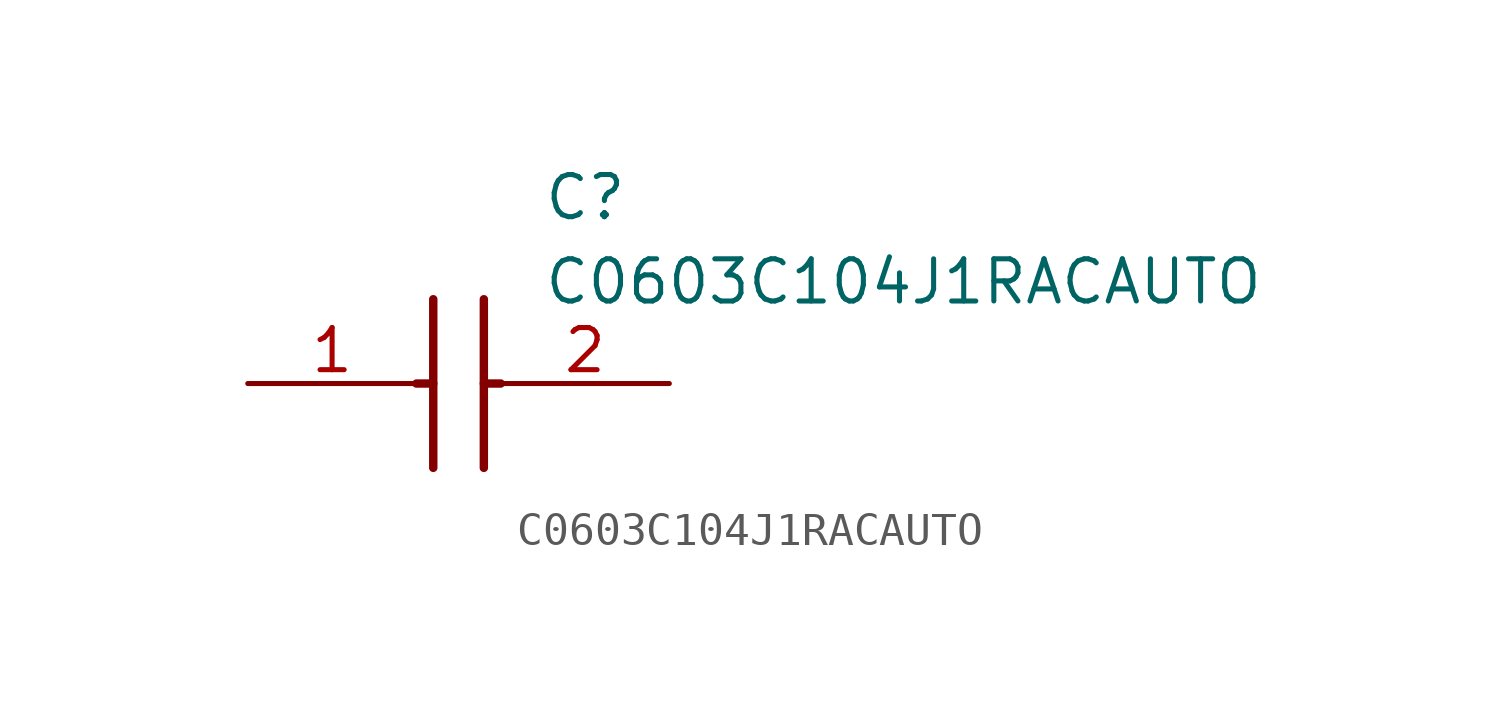
<source format=kicad_sym>
(kicad_symbol_lib
  (version 20211014)
  (generator SamacSys_ECAD_Model)
  (symbol "C0603C104J1RACAUTO"
    (pin_names hide)
    (property "Reference" "C"
      (at 8.89 6.35 0)
      (effects (font (size 1.27 1.27)) (justify left top)))
    (property "Value" "C0603C104J1RACAUTO"
      (at 8.89 3.81 0)
      (effects (font (size 1.27 1.27)) (justify left top)))
    (polyline
      (pts (xy 5.588 2.54) (xy 5.588 -2.54))
      (stroke (width 0.254) (type default))
      (fill (type none)))
    (polyline
      (pts (xy 7.112 2.54) (xy 7.112 -2.54))
      (stroke (width 0.254) (type default))
      (fill (type none)))
    (polyline
      (pts (xy 5.08 0) (xy 5.588 0))
      (stroke (width 0.254) (type default))
      (fill (type none)))
    (polyline
      (pts (xy 7.112 0) (xy 7.62 0))
      (stroke (width 0.254) (type default))
      (fill (type none)))
    (pin passive line
      (at 0 0 0)
      (length 5.08)
      (name "1" (effects (font (size 1.27 1.27))))
      (number "1" (effects (font (size 1.27 1.27)))))
    (pin passive line
      (at 12.7 0 180)
      (length 5.08)
      (name "2" (effects (font (size 1.27 1.27))))
      (number "2" (effects (font (size 1.27 1.27)))))))
</source>
